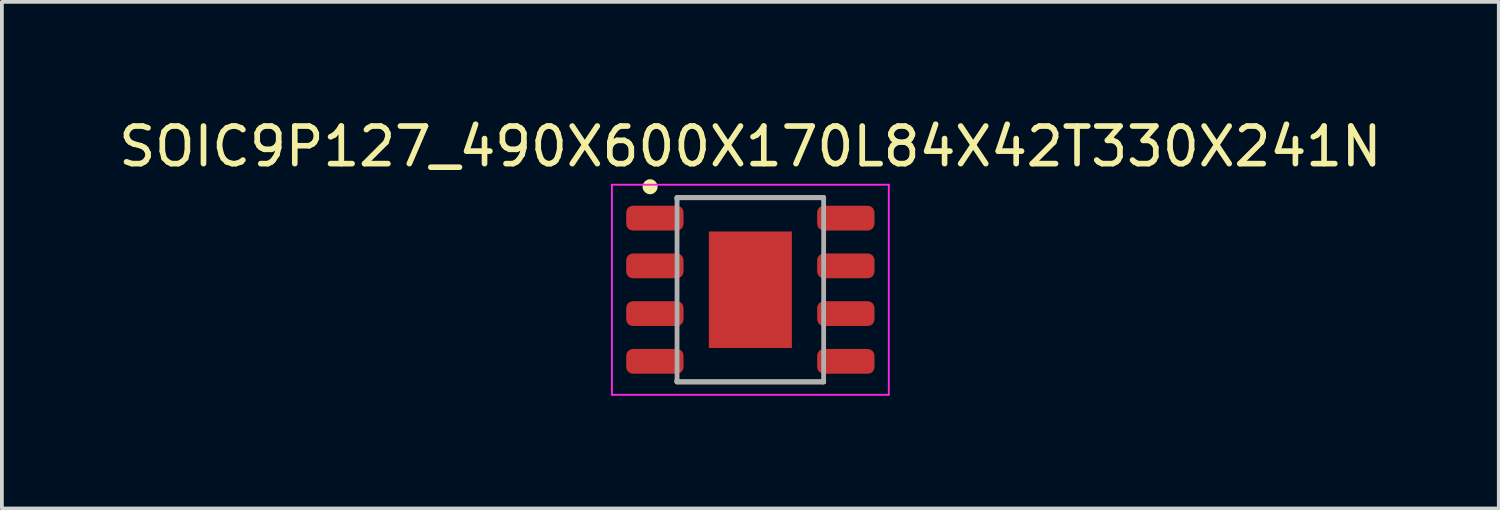
<source format=kicad_pcb>
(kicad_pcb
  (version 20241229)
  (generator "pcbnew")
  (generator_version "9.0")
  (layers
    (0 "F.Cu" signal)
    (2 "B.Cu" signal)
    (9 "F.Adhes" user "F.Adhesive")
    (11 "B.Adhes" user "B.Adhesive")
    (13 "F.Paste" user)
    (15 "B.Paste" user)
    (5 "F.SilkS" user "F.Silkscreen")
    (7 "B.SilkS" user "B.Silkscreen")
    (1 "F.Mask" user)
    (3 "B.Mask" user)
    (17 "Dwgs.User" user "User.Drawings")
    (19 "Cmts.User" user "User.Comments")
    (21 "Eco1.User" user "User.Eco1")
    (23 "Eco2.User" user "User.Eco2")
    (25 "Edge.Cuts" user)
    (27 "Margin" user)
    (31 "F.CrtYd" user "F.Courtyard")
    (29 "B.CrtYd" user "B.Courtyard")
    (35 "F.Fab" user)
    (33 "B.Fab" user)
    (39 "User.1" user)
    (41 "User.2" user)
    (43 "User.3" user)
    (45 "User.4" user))
  (footprint "SOIC9P127_490X600X170L84X42T330X241N"
    (layer "F.Cu")
    (at 16.911 4.658)
    (property "Reference" "SOIC9P127_490X600X170L84X42T330X241N" (at 0 -3.81 0) (layer "F.SilkS") (effects (font (size 1 1) (thickness 0.15))))
    (attr smd)
    (fp_line (start -1.95 -2.45) (end -1.95 -2.4) (stroke (width 0.127) (type solid)) (layer "F.SilkS"))
    (fp_line (start -1.95 -2.45) (end 1.95 -2.45) (stroke (width 0.127) (type solid)) (layer "F.SilkS"))
    (fp_line (start -1.95 2.4) (end -1.95 2.45) (stroke (width 0.127) (type solid)) (layer "F.SilkS"))
    (fp_line (start -1.95 2.45) (end 1.95 2.45) (stroke (width 0.127) (type solid)) (layer "F.SilkS"))
    (fp_line (start 1.95 -2.45) (end 1.95 -2.4) (stroke (width 0.127) (type solid)) (layer "F.SilkS"))
    (fp_line (start 1.95 2.4) (end 1.95 2.45) (stroke (width 0.127) (type solid)) (layer "F.SilkS"))
    (fp_circle (center -2.667 -2.74) (end -2.567 -2.74) (stroke (width 0.2) (type solid)) (fill no) (layer "F.SilkS"))
    (fp_line (start -3.683 -2.794) (end 3.683 -2.794) (stroke (width 0.05) (type solid)) (layer "F.CrtYd"))
    (fp_line (start -3.683 2.794) (end -3.683 -2.794) (stroke (width 0.05) (type solid)) (layer "F.CrtYd"))
    (fp_line (start 3.683 -2.794) (end 3.683 2.794) (stroke (width 0.05) (type solid)) (layer "F.CrtYd"))
    (fp_line (start 3.683 2.794) (end -3.683 2.794) (stroke (width 0.05) (type solid)) (layer "F.CrtYd"))
    (fp_line (start -1.95 -2.45) (end 1.95 -2.45) (stroke (width 0.127) (type solid)) (layer "F.Fab"))
    (fp_line (start -1.95 2.45) (end -1.95 -2.45) (stroke (width 0.127) (type solid)) (layer "F.Fab"))
    (fp_line (start 1.95 -2.45) (end 1.95 2.45) (stroke (width 0.127) (type solid)) (layer "F.Fab"))
    (fp_line (start 1.95 2.45) (end -1.95 2.45) (stroke (width 0.127) (type solid)) (layer "F.Fab"))
    (pad "1" smd roundrect (at -2.54 -1.905) (size 1.525 0.66) (layers "F.Cu" "F.Mask" "F.Paste") (roundrect_rratio 0.27))
    (pad "2" smd roundrect (at -2.54 -0.635) (size 1.525 0.66) (layers "F.Cu" "F.Mask" "F.Paste") (roundrect_rratio 0.27))
    (pad "3" smd roundrect (at -2.54 0.635) (size 1.525 0.66) (layers "F.Cu" "F.Mask" "F.Paste") (roundrect_rratio 0.27))
    (pad "4" smd roundrect (at -2.54 1.905) (size 1.525 0.66) (layers "F.Cu" "F.Mask" "F.Paste") (roundrect_rratio 0.27))
    (pad "5" smd roundrect (at 2.54 1.905) (size 1.525 0.66) (layers "F.Cu" "F.Mask" "F.Paste") (roundrect_rratio 0.27))
    (pad "6" smd roundrect (at 2.54 0.635) (size 1.525 0.66) (layers "F.Cu" "F.Mask" "F.Paste") (roundrect_rratio 0.27))
    (pad "7" smd roundrect (at 2.54 -0.635) (size 1.525 0.66) (layers "F.Cu" "F.Mask" "F.Paste") (roundrect_rratio 0.27))
    (pad "8" smd roundrect (at 2.54 -1.905) (size 1.525 0.66) (layers "F.Cu" "F.Mask" "F.Paste") (roundrect_rratio 0.27))
    (pad "9" smd rect (at 0 0) (size 2.21 3.1) (layers "F.Cu" "F.Mask")))
  (gr_rect
    (start -3 -3)
    (end 36.821 10.477)
    (stroke (width 0.1) (type default))
    (fill no)
    (layer "Edge.Cuts")))
</source>
